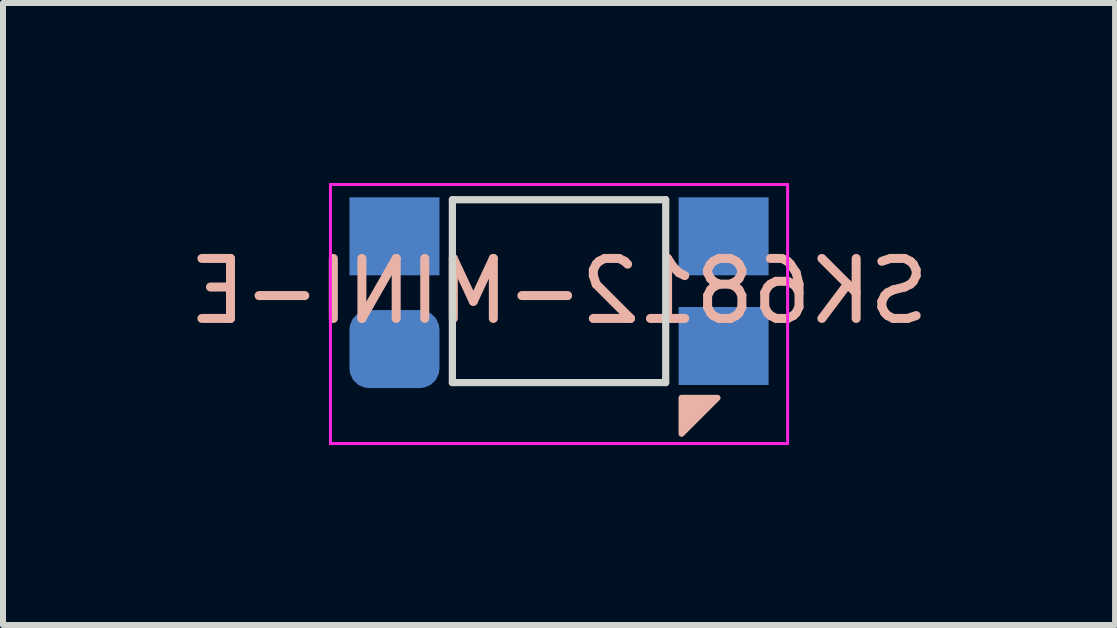
<source format=kicad_pcb>
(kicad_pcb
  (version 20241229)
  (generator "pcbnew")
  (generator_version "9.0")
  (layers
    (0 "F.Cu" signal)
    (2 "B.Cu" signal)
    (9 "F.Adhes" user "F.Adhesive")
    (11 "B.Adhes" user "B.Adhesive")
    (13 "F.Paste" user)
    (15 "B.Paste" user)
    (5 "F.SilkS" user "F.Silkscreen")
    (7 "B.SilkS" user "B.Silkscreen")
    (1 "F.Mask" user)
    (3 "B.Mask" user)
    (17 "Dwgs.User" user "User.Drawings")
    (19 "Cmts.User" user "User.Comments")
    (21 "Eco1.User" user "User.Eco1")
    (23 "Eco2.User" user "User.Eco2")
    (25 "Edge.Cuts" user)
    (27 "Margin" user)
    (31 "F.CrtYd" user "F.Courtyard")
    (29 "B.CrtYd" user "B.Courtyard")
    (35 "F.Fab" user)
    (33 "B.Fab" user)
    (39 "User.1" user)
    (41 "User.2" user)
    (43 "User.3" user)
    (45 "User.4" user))
  (footprint "SK6812-MINI-E"
    (layer "F.Cu")
    (at 6.268 1.803)
    (property "Reference" "SK6812-MINI-E" (at 0 0 0) (layer "B.SilkS") (effects (font (size 1 1) (thickness 0.15)) (justify mirror)))
    (attr smd)
    (fp_poly (pts (xy 2.642 1.778) (xy 2.042 1.778) (xy 2.042 2.378)) (stroke (width 0.1) (type solid)) (fill yes) (layer "B.SilkS"))
    (fp_line (start -1.778 -1.524) (end -1.778 1.524) (stroke (width 0.12) (type solid)) (layer "Edge.Cuts"))
    (fp_line (start -1.778 1.524) (end 1.778 1.524) (stroke (width 0.12) (type solid)) (layer "Edge.Cuts"))
    (fp_line (start 1.778 -1.524) (end -1.778 -1.524) (stroke (width 0.12) (type solid)) (layer "Edge.Cuts"))
    (fp_line (start 1.778 1.524) (end 1.778 -1.524) (stroke (width 0.12) (type solid)) (layer "Edge.Cuts"))
    (fp_line (start -3.81 -1.778) (end -3.81 2.54) (stroke (width 0.05) (type solid)) (layer "F.CrtYd"))
    (fp_line (start -3.81 2.54) (end 3.81 2.54) (stroke (width 0.05) (type solid)) (layer "F.CrtYd"))
    (fp_line (start 3.81 -1.778) (end -3.81 -1.778) (stroke (width 0.05) (type solid)) (layer "F.CrtYd"))
    (fp_line (start 3.81 2.54) (end 3.81 -1.778) (stroke (width 0.05) (type solid)) (layer "F.CrtYd"))
    (pad "1" smd rect (at -2.743 -0.914) (size 1.5 1.3) (layers "B.Cu" "B.Mask" "B.Paste"))
    (pad "2" smd roundrect (at -2.743 0.965) (size 1.5 1.3) (layers "B.Cu" "B.Mask" "B.Paste") (roundrect_rratio 0.25))
    (pad "3" smd rect (at 2.743 0.914) (size 1.5 1.3) (layers "B.Cu" "B.Mask" "B.Paste"))
    (pad "4" smd rect (at 2.743 -0.914) (size 1.5 1.3) (layers "B.Cu" "B.Mask" "B.Paste")))
  (gr_rect
    (start -3 -3)
    (end 15.536 7.368)
    (stroke (width 0.1) (type default))
    (fill no)
    (layer "Edge.Cuts")))
</source>
